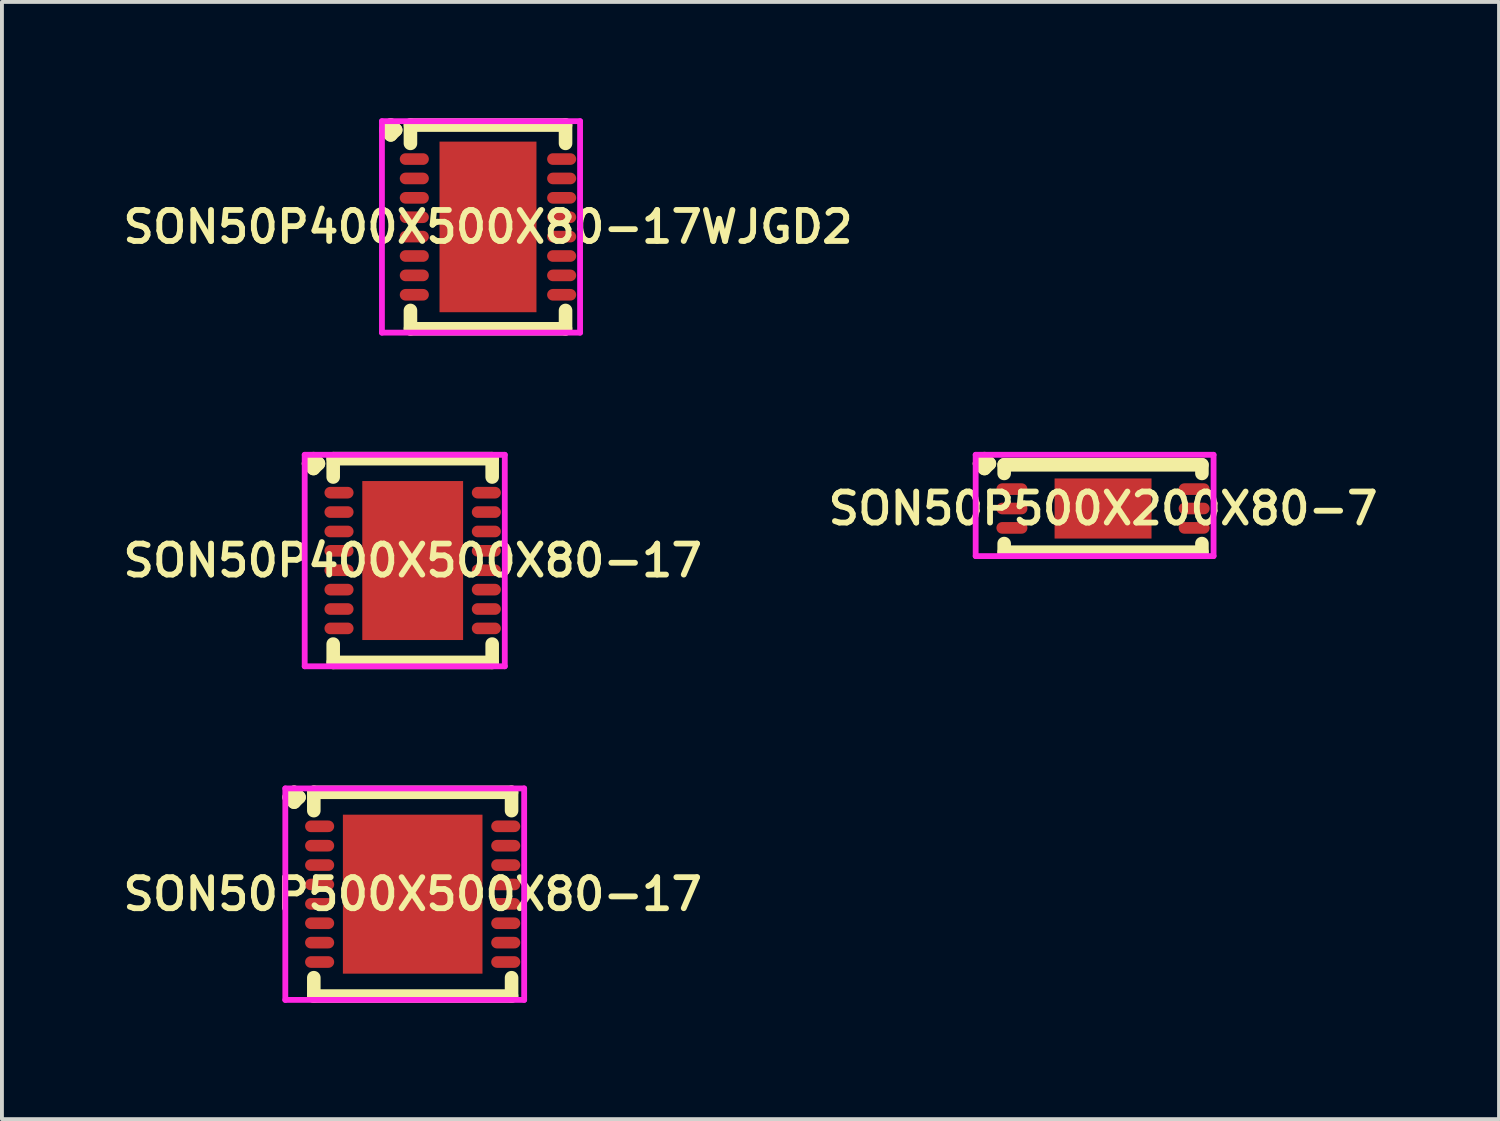
<source format=kicad_pcb>
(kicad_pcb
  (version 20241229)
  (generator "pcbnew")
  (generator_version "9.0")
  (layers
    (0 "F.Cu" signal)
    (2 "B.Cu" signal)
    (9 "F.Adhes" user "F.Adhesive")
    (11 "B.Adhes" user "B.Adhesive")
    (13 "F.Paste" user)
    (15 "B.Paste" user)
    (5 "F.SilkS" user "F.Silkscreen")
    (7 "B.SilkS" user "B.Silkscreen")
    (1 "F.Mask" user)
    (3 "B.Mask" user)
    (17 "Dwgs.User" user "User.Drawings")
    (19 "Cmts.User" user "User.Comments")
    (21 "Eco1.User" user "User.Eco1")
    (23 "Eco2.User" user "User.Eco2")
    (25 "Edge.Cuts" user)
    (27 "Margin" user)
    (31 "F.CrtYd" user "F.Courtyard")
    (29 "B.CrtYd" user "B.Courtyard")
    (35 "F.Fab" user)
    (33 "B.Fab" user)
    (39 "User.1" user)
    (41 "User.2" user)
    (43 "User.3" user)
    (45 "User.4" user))
  (footprint "SON50P400X500X80-17"
    (layer "F.Cu")
    (at 7.593 11.406)
    (property "Reference" "SON50P400X500X80-17" (at 0 0 0) (layer "F.SilkS") (effects (font (size 0.8 0.8) (thickness 0.15))))
    (attr smd)
    (fp_line (start -2.685 -2.5) (end -2.558 -2.627) (stroke (width 0.35) (type solid)) (layer "F.SilkS"))
    (fp_line (start -2.558 -2.627) (end -2.431 -2.5) (stroke (width 0.35) (type solid)) (layer "F.SilkS"))
    (fp_line (start -2.558 -2.373) (end -2.685 -2.5) (stroke (width 0.35) (type solid)) (layer "F.SilkS"))
    (fp_line (start -2.431 -2.5) (end -2.558 -2.373) (stroke (width 0.35) (type solid)) (layer "F.SilkS"))
    (fp_line (start -2.05 -2.627) (end 2.05 -2.627) (stroke (width 0.35) (type solid)) (layer "F.SilkS"))
    (fp_line (start -2.05 -2.154) (end -2.05 -2.627) (stroke (width 0.35) (type solid)) (layer "F.SilkS"))
    (fp_line (start -2.05 2.154) (end -2.05 2.627) (stroke (width 0.35) (type solid)) (layer "F.SilkS"))
    (fp_line (start -2.05 2.627) (end 2.05 2.627) (stroke (width 0.35) (type solid)) (layer "F.SilkS"))
    (fp_line (start 2.05 -2.627) (end 2.05 -2.154) (stroke (width 0.35) (type solid)) (layer "F.SilkS"))
    (fp_line (start 2.05 2.627) (end 2.05 2.154) (stroke (width 0.35) (type solid)) (layer "F.SilkS"))
    (fp_line (start -2.785 -2.727) (end 2.375 -2.727) (stroke (width 0.15) (type solid)) (layer "F.CrtYd"))
    (fp_line (start -2.785 2.727) (end -2.785 -2.727) (stroke (width 0.15) (type solid)) (layer "F.CrtYd"))
    (fp_line (start 2.375 -2.727) (end 2.375 2.727) (stroke (width 0.15) (type solid)) (layer "F.CrtYd"))
    (fp_line (start 2.375 2.727) (end -2.785 2.727) (stroke (width 0.15) (type solid)) (layer "F.CrtYd"))
    (pad "1" smd oval (at -1.9 -1.75) (size 0.75 0.3) (layers "F.Cu" "F.Mask" "F.Paste"))
    (pad "2" smd oval (at -1.9 -1.25) (size 0.75 0.3) (layers "F.Cu" "F.Mask" "F.Paste"))
    (pad "3" smd oval (at -1.9 -0.75) (size 0.75 0.3) (layers "F.Cu" "F.Mask" "F.Paste"))
    (pad "4" smd oval (at -1.9 -0.25) (size 0.75 0.3) (layers "F.Cu" "F.Mask" "F.Paste"))
    (pad "5" smd oval (at -1.9 0.25) (size 0.75 0.3) (layers "F.Cu" "F.Mask" "F.Paste"))
    (pad "6" smd oval (at -1.9 0.75) (size 0.75 0.3) (layers "F.Cu" "F.Mask" "F.Paste"))
    (pad "7" smd oval (at -1.9 1.25) (size 0.75 0.3) (layers "F.Cu" "F.Mask" "F.Paste"))
    (pad "8" smd oval (at -1.9 1.75) (size 0.75 0.3) (layers "F.Cu" "F.Mask" "F.Paste"))
    (pad "9" smd oval (at 1.9 1.75) (size 0.75 0.3) (layers "F.Cu" "F.Mask" "F.Paste"))
    (pad "10" smd oval (at 1.9 1.25) (size 0.75 0.3) (layers "F.Cu" "F.Mask" "F.Paste"))
    (pad "11" smd oval (at 1.9 0.75) (size 0.75 0.3) (layers "F.Cu" "F.Mask" "F.Paste"))
    (pad "12" smd oval (at 1.9 0.25) (size 0.75 0.3) (layers "F.Cu" "F.Mask" "F.Paste"))
    (pad "13" smd oval (at 1.9 -0.25) (size 0.75 0.3) (layers "F.Cu" "F.Mask" "F.Paste"))
    (pad "14" smd oval (at 1.9 -0.75) (size 0.75 0.3) (layers "F.Cu" "F.Mask" "F.Paste"))
    (pad "15" smd oval (at 1.9 -1.25) (size 0.75 0.3) (layers "F.Cu" "F.Mask" "F.Paste"))
    (pad "16" smd oval (at 1.9 -1.75) (size 0.75 0.3) (layers "F.Cu" "F.Mask" "F.Paste"))
    (pad "17" smd rect (at 0 0) (size 2.6 4.1) (layers "F.Cu" "F.Mask" "F.Paste")))
  (footprint "SON50P500X200X80-7"
    (layer "F.Cu")
    (at 25.397 10.064)
    (property "Reference" "SON50P500X200X80-7" (at 0 0 0) (layer "F.SilkS") (effects (font (size 0.8 0.8) (thickness 0.15))))
    (attr smd)
    (fp_line (start -3.185 -1.158) (end -3.058 -1.285) (stroke (width 0.35) (type solid)) (layer "F.SilkS"))
    (fp_line (start -3.058 -1.285) (end -2.931 -1.158) (stroke (width 0.35) (type solid)) (layer "F.SilkS"))
    (fp_line (start -3.058 -1.031) (end -3.185 -1.158) (stroke (width 0.35) (type solid)) (layer "F.SilkS"))
    (fp_line (start -2.931 -1.158) (end -3.058 -1.031) (stroke (width 0.35) (type solid)) (layer "F.SilkS"))
    (fp_line (start -2.55 -1.127) (end 2.55 -1.127) (stroke (width 0.35) (type solid)) (layer "F.SilkS"))
    (fp_line (start -2.55 -0.904) (end -2.55 -1.127) (stroke (width 0.35) (type solid)) (layer "F.SilkS"))
    (fp_line (start -2.55 0.904) (end -2.55 1.127) (stroke (width 0.35) (type solid)) (layer "F.SilkS"))
    (fp_line (start -2.55 1.127) (end 2.55 1.127) (stroke (width 0.35) (type solid)) (layer "F.SilkS"))
    (fp_line (start 2.55 -1.127) (end 2.55 -0.904) (stroke (width 0.35) (type solid)) (layer "F.SilkS"))
    (fp_line (start 2.55 1.127) (end 2.55 0.904) (stroke (width 0.35) (type solid)) (layer "F.SilkS"))
    (fp_line (start -3.285 -1.385) (end 2.85 -1.385) (stroke (width 0.15) (type solid)) (layer "F.CrtYd"))
    (fp_line (start -3.285 1.227) (end -3.285 -1.385) (stroke (width 0.15) (type solid)) (layer "F.CrtYd"))
    (fp_line (start 2.85 -1.385) (end 2.85 1.227) (stroke (width 0.15) (type solid)) (layer "F.CrtYd"))
    (fp_line (start 2.85 1.227) (end -3.285 1.227) (stroke (width 0.15) (type solid)) (layer "F.CrtYd"))
    (pad "1" smd oval (at -2.35 -0.5) (size 0.8 0.3) (layers "F.Cu" "F.Mask" "F.Paste"))
    (pad "2" smd oval (at -2.35 0) (size 0.8 0.3) (layers "F.Cu" "F.Mask" "F.Paste"))
    (pad "3" smd oval (at -2.35 0.5) (size 0.8 0.3) (layers "F.Cu" "F.Mask" "F.Paste"))
    (pad "4" smd oval (at 2.35 0.5) (size 0.8 0.3) (layers "F.Cu" "F.Mask" "F.Paste"))
    (pad "5" smd oval (at 2.35 0) (size 0.8 0.3) (layers "F.Cu" "F.Mask" "F.Paste"))
    (pad "6" smd oval (at 2.35 -0.5) (size 0.8 0.3) (layers "F.Cu" "F.Mask" "F.Paste"))
    (pad "7" smd rect (at 0 0) (size 2.5 1.55) (layers "F.Cu" "F.Mask" "F.Paste")))
  (footprint "SON50P500X500X80-17"
    (layer "F.Cu")
    (at 7.593 20.01)
    (property "Reference" "SON50P500X500X80-17" (at 0 0 0) (layer "F.SilkS") (effects (font (size 0.8 0.8) (thickness 0.15))))
    (attr smd)
    (fp_line (start -3.185 -2.5) (end -3.058 -2.627) (stroke (width 0.35) (type solid)) (layer "F.SilkS"))
    (fp_line (start -3.058 -2.627) (end -2.931 -2.5) (stroke (width 0.35) (type solid)) (layer "F.SilkS"))
    (fp_line (start -3.058 -2.373) (end -3.185 -2.5) (stroke (width 0.35) (type solid)) (layer "F.SilkS"))
    (fp_line (start -2.931 -2.5) (end -3.058 -2.373) (stroke (width 0.35) (type solid)) (layer "F.SilkS"))
    (fp_line (start -2.55 -2.627) (end 2.55 -2.627) (stroke (width 0.35) (type solid)) (layer "F.SilkS"))
    (fp_line (start -2.55 -2.154) (end -2.55 -2.627) (stroke (width 0.35) (type solid)) (layer "F.SilkS"))
    (fp_line (start -2.55 2.154) (end -2.55 2.627) (stroke (width 0.35) (type solid)) (layer "F.SilkS"))
    (fp_line (start -2.55 2.627) (end 2.55 2.627) (stroke (width 0.35) (type solid)) (layer "F.SilkS"))
    (fp_line (start 2.55 -2.627) (end 2.55 -2.154) (stroke (width 0.35) (type solid)) (layer "F.SilkS"))
    (fp_line (start 2.55 2.627) (end 2.55 2.154) (stroke (width 0.35) (type solid)) (layer "F.SilkS"))
    (fp_line (start -3.285 -2.727) (end 2.875 -2.727) (stroke (width 0.15) (type solid)) (layer "F.CrtYd"))
    (fp_line (start -3.285 2.727) (end -3.285 -2.727) (stroke (width 0.15) (type solid)) (layer "F.CrtYd"))
    (fp_line (start 2.875 -2.727) (end 2.875 2.727) (stroke (width 0.15) (type solid)) (layer "F.CrtYd"))
    (fp_line (start 2.875 2.727) (end -3.285 2.727) (stroke (width 0.15) (type solid)) (layer "F.CrtYd"))
    (pad "1" smd oval (at -2.4 -1.75) (size 0.75 0.3) (layers "F.Cu" "F.Mask" "F.Paste"))
    (pad "2" smd oval (at -2.4 -1.25) (size 0.75 0.3) (layers "F.Cu" "F.Mask" "F.Paste"))
    (pad "3" smd oval (at -2.4 -0.75) (size 0.75 0.3) (layers "F.Cu" "F.Mask" "F.Paste"))
    (pad "4" smd oval (at -2.4 -0.25) (size 0.75 0.3) (layers "F.Cu" "F.Mask" "F.Paste"))
    (pad "5" smd oval (at -2.4 0.25) (size 0.75 0.3) (layers "F.Cu" "F.Mask" "F.Paste"))
    (pad "6" smd oval (at -2.4 0.75) (size 0.75 0.3) (layers "F.Cu" "F.Mask" "F.Paste"))
    (pad "7" smd oval (at -2.4 1.25) (size 0.75 0.3) (layers "F.Cu" "F.Mask" "F.Paste"))
    (pad "8" smd oval (at -2.4 1.75) (size 0.75 0.3) (layers "F.Cu" "F.Mask" "F.Paste"))
    (pad "9" smd oval (at 2.4 1.75) (size 0.75 0.3) (layers "F.Cu" "F.Mask" "F.Paste"))
    (pad "10" smd oval (at 2.4 1.25) (size 0.75 0.3) (layers "F.Cu" "F.Mask" "F.Paste"))
    (pad "11" smd oval (at 2.4 0.75) (size 0.75 0.3) (layers "F.Cu" "F.Mask" "F.Paste"))
    (pad "12" smd oval (at 2.4 0.25) (size 0.75 0.3) (layers "F.Cu" "F.Mask" "F.Paste"))
    (pad "13" smd oval (at 2.4 -0.25) (size 0.75 0.3) (layers "F.Cu" "F.Mask" "F.Paste"))
    (pad "14" smd oval (at 2.4 -0.75) (size 0.75 0.3) (layers "F.Cu" "F.Mask" "F.Paste"))
    (pad "15" smd oval (at 2.4 -1.25) (size 0.75 0.3) (layers "F.Cu" "F.Mask" "F.Paste"))
    (pad "16" smd oval (at 2.4 -1.75) (size 0.75 0.3) (layers "F.Cu" "F.Mask" "F.Paste"))
    (pad "17" smd rect (at 0 0) (size 3.6 4.1) (layers "F.Cu" "F.Mask" "F.Paste")))
  (footprint "SON50P400X500X80-17WJGD2"
    (layer "F.Cu")
    (at 9.535 2.802)
    (property "Reference" "SON50P400X500X80-17WJGD2" (at 0 0 0) (layer "F.SilkS") (effects (font (size 0.8 0.8) (thickness 0.15))))
    (attr through_hole)
    (fp_line (start -2.635 -2.5) (end -2.508 -2.627) (stroke (width 0.35) (type solid)) (layer "F.SilkS"))
    (fp_line (start -2.508 -2.627) (end -2.381 -2.5) (stroke (width 0.35) (type solid)) (layer "F.SilkS"))
    (fp_line (start -2.508 -2.373) (end -2.635 -2.5) (stroke (width 0.35) (type solid)) (layer "F.SilkS"))
    (fp_line (start -2.381 -2.5) (end -2.508 -2.373) (stroke (width 0.35) (type solid)) (layer "F.SilkS"))
    (fp_line (start -2 -2.627) (end 2 -2.627) (stroke (width 0.35) (type solid)) (layer "F.SilkS"))
    (fp_line (start -2 -2.154) (end -2 -2.627) (stroke (width 0.35) (type solid)) (layer "F.SilkS"))
    (fp_line (start -2 2.154) (end -2 2.627) (stroke (width 0.35) (type solid)) (layer "F.SilkS"))
    (fp_line (start -2 2.627) (end 2 2.627) (stroke (width 0.35) (type solid)) (layer "F.SilkS"))
    (fp_line (start 2 -2.627) (end 2 -2.154) (stroke (width 0.35) (type solid)) (layer "F.SilkS"))
    (fp_line (start 2 2.627) (end 2 2.154) (stroke (width 0.35) (type solid)) (layer "F.SilkS"))
    (fp_line (start -2.735 -2.727) (end 2.375 -2.727) (stroke (width 0.15) (type solid)) (layer "F.CrtYd"))
    (fp_line (start -2.735 2.727) (end -2.735 -2.727) (stroke (width 0.15) (type solid)) (layer "F.CrtYd"))
    (fp_line (start 2.375 -2.727) (end 2.375 2.727) (stroke (width 0.15) (type solid)) (layer "F.CrtYd"))
    (fp_line (start 2.375 2.727) (end -2.735 2.727) (stroke (width 0.15) (type solid)) (layer "F.CrtYd"))
    (pad "1" smd oval (at -1.9 -1.75) (size 0.75 0.3) (layers "F.Cu" "F.Mask" "F.Paste"))
    (pad "2" smd oval (at -1.9 -1.25) (size 0.75 0.3) (layers "F.Cu" "F.Mask" "F.Paste"))
    (pad "3" smd oval (at -1.9 -0.75) (size 0.75 0.3) (layers "F.Cu" "F.Mask" "F.Paste"))
    (pad "4" smd oval (at -1.9 -0.25) (size 0.75 0.3) (layers "F.Cu" "F.Mask" "F.Paste"))
    (pad "5" smd oval (at -1.9 0.25) (size 0.75 0.3) (layers "F.Cu" "F.Mask" "F.Paste"))
    (pad "6" smd oval (at -1.9 0.75) (size 0.75 0.3) (layers "F.Cu" "F.Mask" "F.Paste"))
    (pad "7" smd oval (at -1.9 1.25) (size 0.75 0.3) (layers "F.Cu" "F.Mask" "F.Paste"))
    (pad "8" smd oval (at -1.9 1.75) (size 0.75 0.3) (layers "F.Cu" "F.Mask" "F.Paste"))
    (pad "9" smd oval (at 1.9 1.75) (size 0.75 0.3) (layers "F.Cu" "F.Mask" "F.Paste"))
    (pad "10" smd oval (at 1.9 1.25) (size 0.75 0.3) (layers "F.Cu" "F.Mask" "F.Paste"))
    (pad "11" smd oval (at 1.9 0.75) (size 0.75 0.3) (layers "F.Cu" "F.Mask" "F.Paste"))
    (pad "12" smd oval (at 1.9 0.25) (size 0.75 0.3) (layers "F.Cu" "F.Mask" "F.Paste"))
    (pad "13" smd oval (at 1.9 -0.25) (size 0.75 0.3) (layers "F.Cu" "F.Mask" "F.Paste"))
    (pad "14" smd oval (at 1.9 -0.75) (size 0.75 0.3) (layers "F.Cu" "F.Mask" "F.Paste"))
    (pad "15" smd oval (at 1.9 -1.25) (size 0.75 0.3) (layers "F.Cu" "F.Mask" "F.Paste"))
    (pad "16" smd oval (at 1.9 -1.75) (size 0.75 0.3) (layers "F.Cu" "F.Mask" "F.Paste"))
    (pad "17" smd rect (at 0 0) (size 2.5 4.4) (layers "F.Cu" "F.Mask" "F.Paste")))
  (gr_rect
    (start -3 -3)
    (end 35.609 25.812)
    (stroke (width 0.1) (type default))
    (fill no)
    (layer "Edge.Cuts")))
</source>
